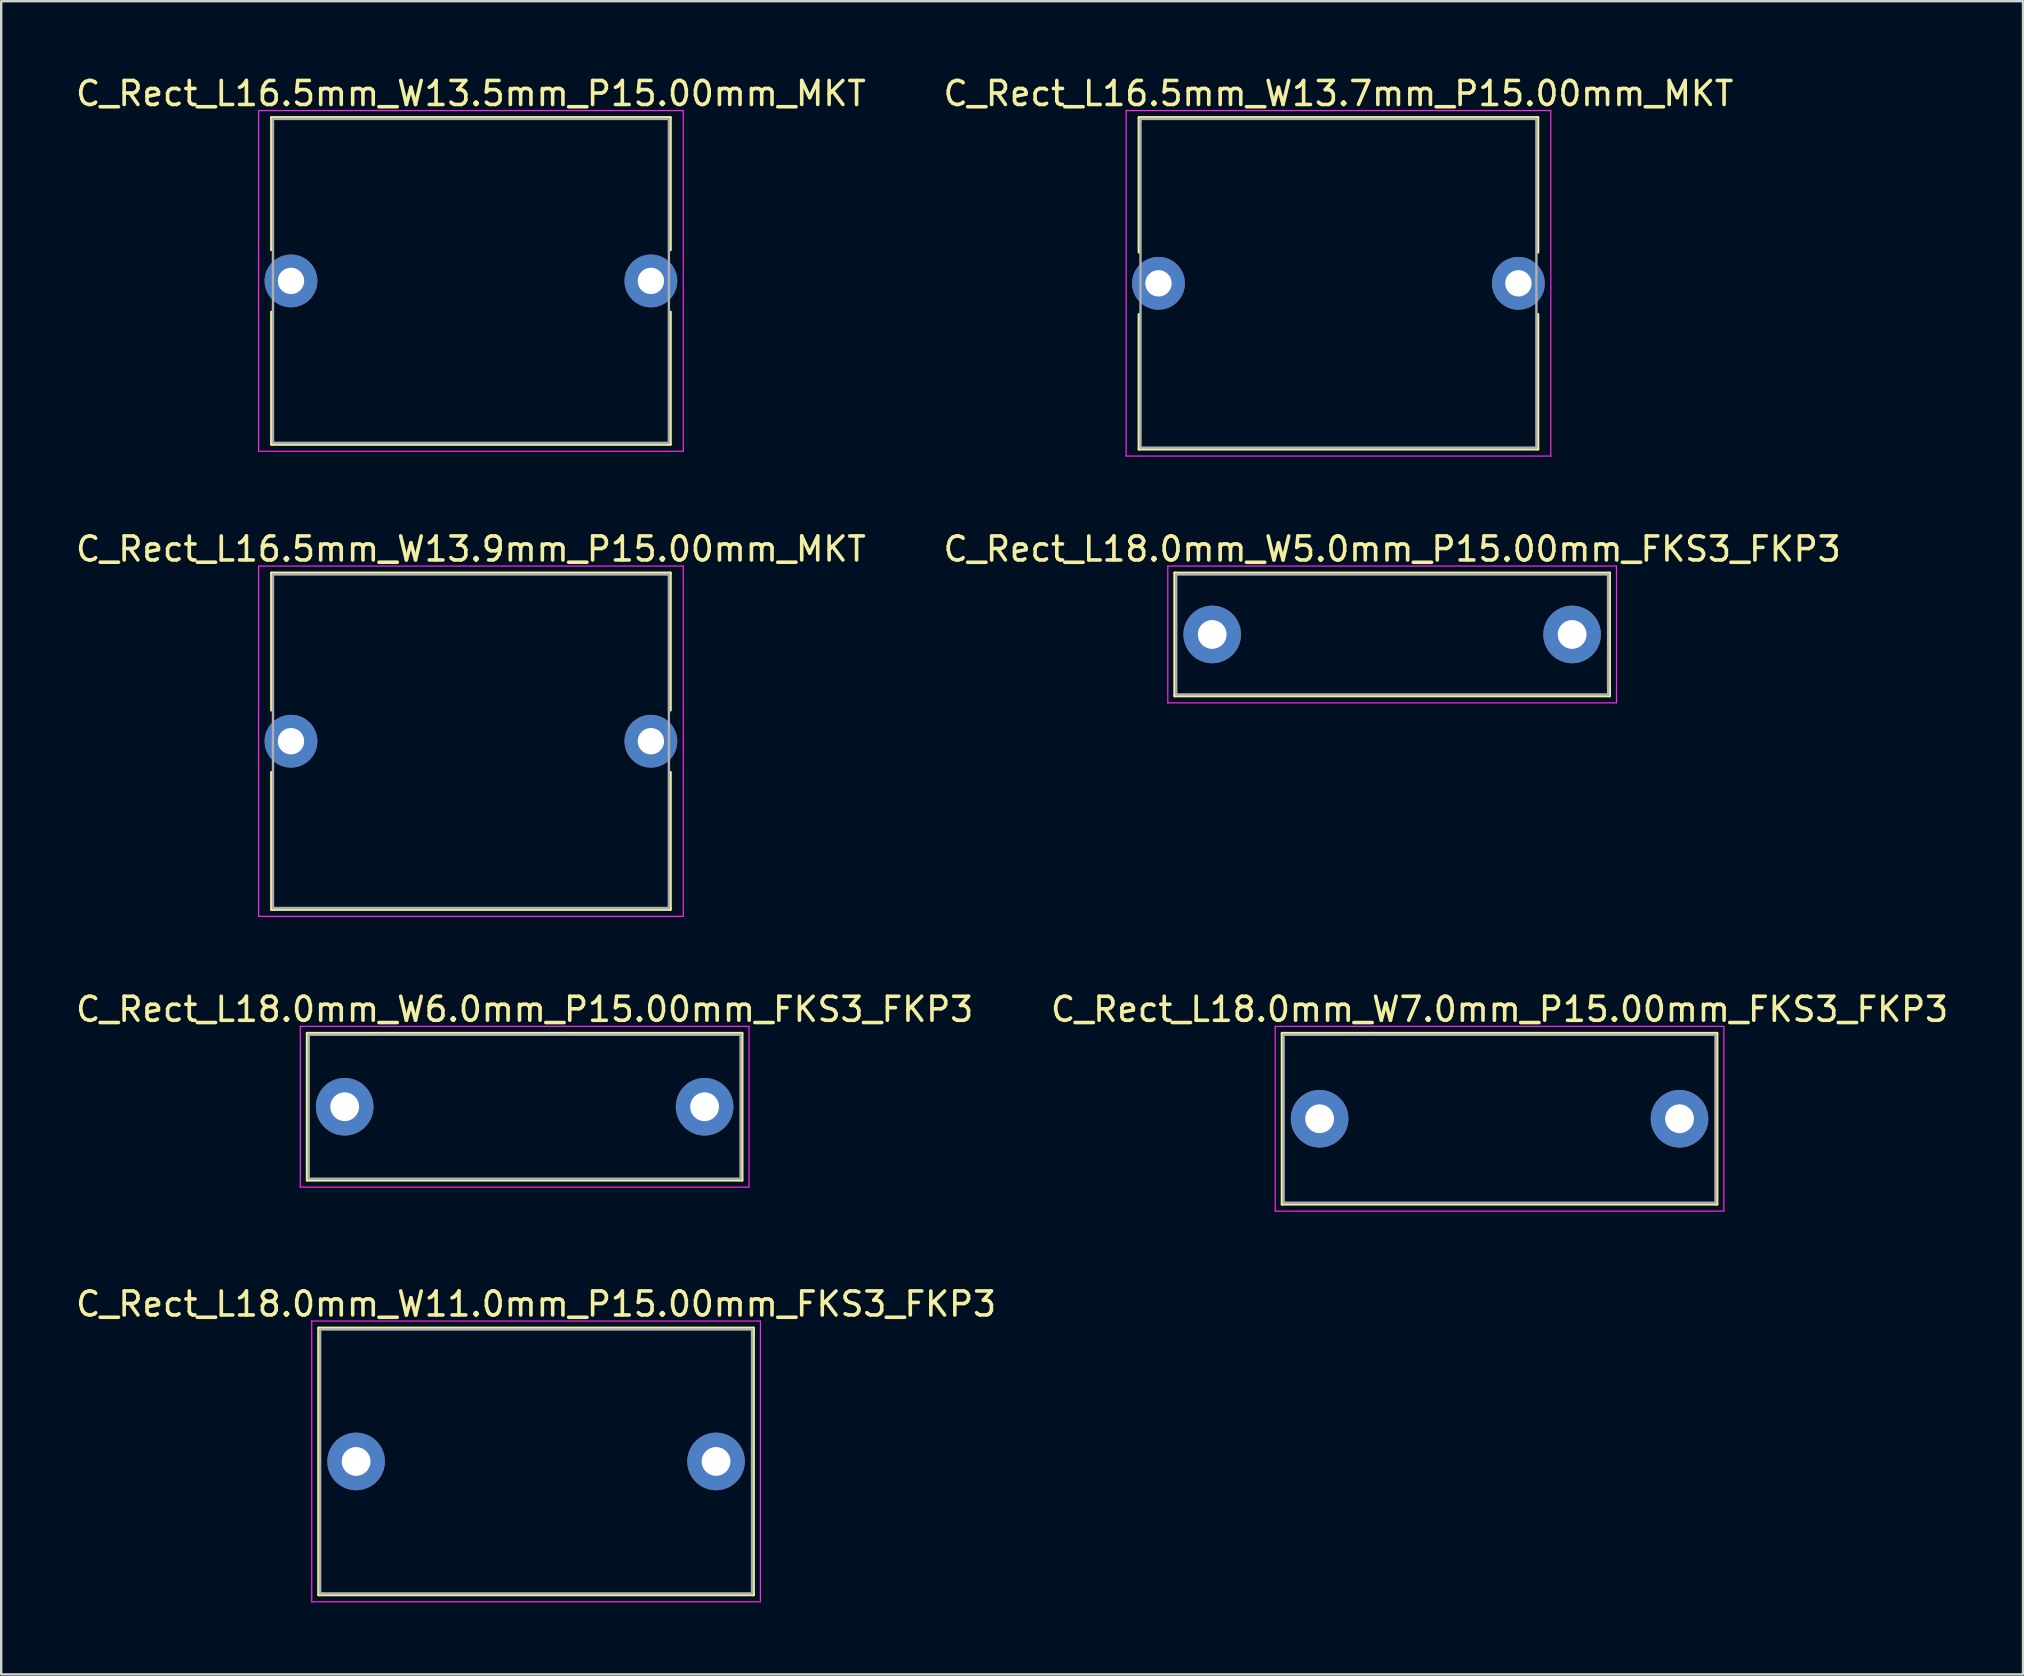
<source format=kicad_pcb>
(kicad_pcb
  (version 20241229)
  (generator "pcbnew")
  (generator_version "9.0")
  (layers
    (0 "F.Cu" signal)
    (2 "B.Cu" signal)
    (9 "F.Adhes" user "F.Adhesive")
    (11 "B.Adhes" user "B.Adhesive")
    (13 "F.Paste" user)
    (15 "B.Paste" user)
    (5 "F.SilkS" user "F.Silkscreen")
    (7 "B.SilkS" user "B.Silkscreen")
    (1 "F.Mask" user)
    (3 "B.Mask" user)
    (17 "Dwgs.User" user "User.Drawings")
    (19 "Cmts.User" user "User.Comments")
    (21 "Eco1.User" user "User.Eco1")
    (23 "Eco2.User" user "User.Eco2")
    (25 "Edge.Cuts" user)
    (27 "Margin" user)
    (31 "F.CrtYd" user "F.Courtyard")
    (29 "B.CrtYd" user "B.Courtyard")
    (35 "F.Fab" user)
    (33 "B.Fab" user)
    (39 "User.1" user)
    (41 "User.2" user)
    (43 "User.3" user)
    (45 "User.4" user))
  (footprint "C_Rect_L18.0mm_W11.0mm_P15.00mm_FKS3_FKP3"
    (layer "F.Cu")
    (at 11.792 57.858)
    (property "Reference" "C_Rect_L18.0mm_W11.0mm_P15.00mm_FKS3_FKP3" (at 7.5 -6.56 0) (layer "F.SilkS") (effects (font (size 1 1) (thickness 0.15))))
    (attr through_hole)
    (fp_line (start -1.56 -5.56) (end -1.56 5.56) (stroke (width 0.12) (type solid)) (layer "F.SilkS"))
    (fp_line (start -1.56 -5.56) (end 16.56 -5.56) (stroke (width 0.12) (type solid)) (layer "F.SilkS"))
    (fp_line (start -1.56 5.56) (end 16.56 5.56) (stroke (width 0.12) (type solid)) (layer "F.SilkS"))
    (fp_line (start 16.56 -5.56) (end 16.56 5.56) (stroke (width 0.12) (type solid)) (layer "F.SilkS"))
    (fp_line (start -1.85 -5.85) (end -1.85 5.85) (stroke (width 0.05) (type solid)) (layer "F.CrtYd"))
    (fp_line (start -1.85 5.85) (end 16.85 5.85) (stroke (width 0.05) (type solid)) (layer "F.CrtYd"))
    (fp_line (start 16.85 -5.85) (end -1.85 -5.85) (stroke (width 0.05) (type solid)) (layer "F.CrtYd"))
    (fp_line (start 16.85 5.85) (end 16.85 -5.85) (stroke (width 0.05) (type solid)) (layer "F.CrtYd"))
    (fp_line (start -1.5 -5.5) (end -1.5 5.5) (stroke (width 0.1) (type solid)) (layer "F.Fab"))
    (fp_line (start -1.5 5.5) (end 16.5 5.5) (stroke (width 0.1) (type solid)) (layer "F.Fab"))
    (fp_line (start 16.5 -5.5) (end -1.5 -5.5) (stroke (width 0.1) (type solid)) (layer "F.Fab"))
    (fp_line (start 16.5 5.5) (end 16.5 -5.5) (stroke (width 0.1) (type solid)) (layer "F.Fab"))
    (pad "1" thru_hole circle (at 0 0) (size 2.4 2.4) (drill 1.2) (layers "*.Cu" "*.Mask"))
    (pad "2" thru_hole circle (at 15 0) (size 2.4 2.4) (drill 1.2) (layers "*.Cu" "*.Mask")))
  (footprint "C_Rect_L16.5mm_W13.7mm_P15.00mm_MKT"
    (layer "F.Cu")
    (at 45.232 8.758)
    (property "Reference" "C_Rect_L16.5mm_W13.7mm_P15.00mm_MKT" (at 7.5 -7.91 0) (layer "F.SilkS") (effects (font (size 1 1) (thickness 0.15))))
    (attr through_hole)
    (fp_line (start -0.81 -6.91) (end -0.81 -1.296) (stroke (width 0.12) (type solid)) (layer "F.SilkS"))
    (fp_line (start -0.81 -6.91) (end 15.81 -6.91) (stroke (width 0.12) (type solid)) (layer "F.SilkS"))
    (fp_line (start -0.81 1.296) (end -0.81 6.91) (stroke (width 0.12) (type solid)) (layer "F.SilkS"))
    (fp_line (start -0.81 6.91) (end 15.81 6.91) (stroke (width 0.12) (type solid)) (layer "F.SilkS"))
    (fp_line (start 15.81 -6.91) (end 15.81 -1.296) (stroke (width 0.12) (type solid)) (layer "F.SilkS"))
    (fp_line (start 15.81 1.296) (end 15.81 6.91) (stroke (width 0.12) (type solid)) (layer "F.SilkS"))
    (fp_line (start -1.35 -7.2) (end -1.35 7.2) (stroke (width 0.05) (type solid)) (layer "F.CrtYd"))
    (fp_line (start -1.35 7.2) (end 16.35 7.2) (stroke (width 0.05) (type solid)) (layer "F.CrtYd"))
    (fp_line (start 16.35 -7.2) (end -1.35 -7.2) (stroke (width 0.05) (type solid)) (layer "F.CrtYd"))
    (fp_line (start 16.35 7.2) (end 16.35 -7.2) (stroke (width 0.05) (type solid)) (layer "F.CrtYd"))
    (fp_line (start -0.75 -6.85) (end -0.75 6.85) (stroke (width 0.1) (type solid)) (layer "F.Fab"))
    (fp_line (start -0.75 6.85) (end 15.75 6.85) (stroke (width 0.1) (type solid)) (layer "F.Fab"))
    (fp_line (start 15.75 -6.85) (end -0.75 -6.85) (stroke (width 0.1) (type solid)) (layer "F.Fab"))
    (fp_line (start 15.75 6.85) (end 15.75 -6.85) (stroke (width 0.1) (type solid)) (layer "F.Fab"))
    (pad "1" thru_hole circle (at 0 0) (size 2.2 2.2) (drill 1.1) (layers "*.Cu" "*.Mask"))
    (pad "2" thru_hole circle (at 15 0) (size 2.2 2.2) (drill 1.1) (layers "*.Cu" "*.Mask")))
  (footprint "C_Rect_L18.0mm_W5.0mm_P15.00mm_FKS3_FKP3"
    (layer "F.Cu")
    (at 47.47 23.392)
    (property "Reference" "C_Rect_L18.0mm_W5.0mm_P15.00mm_FKS3_FKP3" (at 7.5 -3.56 0) (layer "F.SilkS") (effects (font (size 1 1) (thickness 0.15))))
    (attr through_hole)
    (fp_line (start -1.56 -2.56) (end -1.56 2.56) (stroke (width 0.12) (type solid)) (layer "F.SilkS"))
    (fp_line (start -1.56 -2.56) (end 16.56 -2.56) (stroke (width 0.12) (type solid)) (layer "F.SilkS"))
    (fp_line (start -1.56 2.56) (end 16.56 2.56) (stroke (width 0.12) (type solid)) (layer "F.SilkS"))
    (fp_line (start 16.56 -2.56) (end 16.56 2.56) (stroke (width 0.12) (type solid)) (layer "F.SilkS"))
    (fp_line (start -1.85 -2.85) (end -1.85 2.85) (stroke (width 0.05) (type solid)) (layer "F.CrtYd"))
    (fp_line (start -1.85 2.85) (end 16.85 2.85) (stroke (width 0.05) (type solid)) (layer "F.CrtYd"))
    (fp_line (start 16.85 -2.85) (end -1.85 -2.85) (stroke (width 0.05) (type solid)) (layer "F.CrtYd"))
    (fp_line (start 16.85 2.85) (end 16.85 -2.85) (stroke (width 0.05) (type solid)) (layer "F.CrtYd"))
    (fp_line (start -1.5 -2.5) (end -1.5 2.5) (stroke (width 0.1) (type solid)) (layer "F.Fab"))
    (fp_line (start -1.5 2.5) (end 16.5 2.5) (stroke (width 0.1) (type solid)) (layer "F.Fab"))
    (fp_line (start 16.5 -2.5) (end -1.5 -2.5) (stroke (width 0.1) (type solid)) (layer "F.Fab"))
    (fp_line (start 16.5 2.5) (end 16.5 -2.5) (stroke (width 0.1) (type solid)) (layer "F.Fab"))
    (pad "1" thru_hole circle (at 0 0) (size 2.4 2.4) (drill 1.2) (layers "*.Cu" "*.Mask"))
    (pad "2" thru_hole circle (at 15 0) (size 2.4 2.4) (drill 1.2) (layers "*.Cu" "*.Mask")))
  (footprint "C_Rect_L18.0mm_W7.0mm_P15.00mm_FKS3_FKP3"
    (layer "F.Cu")
    (at 51.946 43.575)
    (property "Reference" "C_Rect_L18.0mm_W7.0mm_P15.00mm_FKS3_FKP3" (at 7.5 -4.56 0) (layer "F.SilkS") (effects (font (size 1 1) (thickness 0.15))))
    (attr through_hole)
    (fp_line (start -1.56 -3.56) (end -1.56 3.56) (stroke (width 0.12) (type solid)) (layer "F.SilkS"))
    (fp_line (start -1.56 -3.56) (end 16.56 -3.56) (stroke (width 0.12) (type solid)) (layer "F.SilkS"))
    (fp_line (start -1.56 3.56) (end 16.56 3.56) (stroke (width 0.12) (type solid)) (layer "F.SilkS"))
    (fp_line (start 16.56 -3.56) (end 16.56 3.56) (stroke (width 0.12) (type solid)) (layer "F.SilkS"))
    (fp_line (start -1.85 -3.85) (end -1.85 3.85) (stroke (width 0.05) (type solid)) (layer "F.CrtYd"))
    (fp_line (start -1.85 3.85) (end 16.85 3.85) (stroke (width 0.05) (type solid)) (layer "F.CrtYd"))
    (fp_line (start 16.85 -3.85) (end -1.85 -3.85) (stroke (width 0.05) (type solid)) (layer "F.CrtYd"))
    (fp_line (start 16.85 3.85) (end 16.85 -3.85) (stroke (width 0.05) (type solid)) (layer "F.CrtYd"))
    (fp_line (start -1.5 -3.5) (end -1.5 3.5) (stroke (width 0.1) (type solid)) (layer "F.Fab"))
    (fp_line (start -1.5 3.5) (end 16.5 3.5) (stroke (width 0.1) (type solid)) (layer "F.Fab"))
    (fp_line (start 16.5 -3.5) (end -1.5 -3.5) (stroke (width 0.1) (type solid)) (layer "F.Fab"))
    (fp_line (start 16.5 3.5) (end 16.5 -3.5) (stroke (width 0.1) (type solid)) (layer "F.Fab"))
    (pad "1" thru_hole circle (at 0 0) (size 2.4 2.4) (drill 1.2) (layers "*.Cu" "*.Mask"))
    (pad "2" thru_hole circle (at 15 0) (size 2.4 2.4) (drill 1.2) (layers "*.Cu" "*.Mask")))
  (footprint "C_Rect_L16.5mm_W13.9mm_P15.00mm_MKT"
    (layer "F.Cu")
    (at 9.077 27.841)
    (property "Reference" "C_Rect_L16.5mm_W13.9mm_P15.00mm_MKT" (at 7.5 -8.01 0) (layer "F.SilkS") (effects (font (size 1 1) (thickness 0.15))))
    (attr through_hole)
    (fp_line (start -0.81 -7.01) (end -0.81 -1.296) (stroke (width 0.12) (type solid)) (layer "F.SilkS"))
    (fp_line (start -0.81 -7.01) (end 15.81 -7.01) (stroke (width 0.12) (type solid)) (layer "F.SilkS"))
    (fp_line (start -0.81 1.296) (end -0.81 7.01) (stroke (width 0.12) (type solid)) (layer "F.SilkS"))
    (fp_line (start -0.81 7.01) (end 15.81 7.01) (stroke (width 0.12) (type solid)) (layer "F.SilkS"))
    (fp_line (start 15.81 -7.01) (end 15.81 -1.296) (stroke (width 0.12) (type solid)) (layer "F.SilkS"))
    (fp_line (start 15.81 1.296) (end 15.81 7.01) (stroke (width 0.12) (type solid)) (layer "F.SilkS"))
    (fp_line (start -1.35 -7.3) (end -1.35 7.3) (stroke (width 0.05) (type solid)) (layer "F.CrtYd"))
    (fp_line (start -1.35 7.3) (end 16.35 7.3) (stroke (width 0.05) (type solid)) (layer "F.CrtYd"))
    (fp_line (start 16.35 -7.3) (end -1.35 -7.3) (stroke (width 0.05) (type solid)) (layer "F.CrtYd"))
    (fp_line (start 16.35 7.3) (end 16.35 -7.3) (stroke (width 0.05) (type solid)) (layer "F.CrtYd"))
    (fp_line (start -0.75 -6.95) (end -0.75 6.95) (stroke (width 0.1) (type solid)) (layer "F.Fab"))
    (fp_line (start -0.75 6.95) (end 15.75 6.95) (stroke (width 0.1) (type solid)) (layer "F.Fab"))
    (fp_line (start 15.75 -6.95) (end -0.75 -6.95) (stroke (width 0.1) (type solid)) (layer "F.Fab"))
    (fp_line (start 15.75 6.95) (end 15.75 -6.95) (stroke (width 0.1) (type solid)) (layer "F.Fab"))
    (pad "1" thru_hole circle (at 0 0) (size 2.2 2.2) (drill 1.1) (layers "*.Cu" "*.Mask"))
    (pad "2" thru_hole circle (at 15 0) (size 2.2 2.2) (drill 1.1) (layers "*.Cu" "*.Mask")))
  (footprint "C_Rect_L18.0mm_W6.0mm_P15.00mm_FKS3_FKP3"
    (layer "F.Cu")
    (at 11.315 43.075)
    (property "Reference" "C_Rect_L18.0mm_W6.0mm_P15.00mm_FKS3_FKP3" (at 7.5 -4.06 0) (layer "F.SilkS") (effects (font (size 1 1) (thickness 0.15))))
    (attr through_hole)
    (fp_line (start -1.56 -3.06) (end -1.56 3.06) (stroke (width 0.12) (type solid)) (layer "F.SilkS"))
    (fp_line (start -1.56 -3.06) (end 16.56 -3.06) (stroke (width 0.12) (type solid)) (layer "F.SilkS"))
    (fp_line (start -1.56 3.06) (end 16.56 3.06) (stroke (width 0.12) (type solid)) (layer "F.SilkS"))
    (fp_line (start 16.56 -3.06) (end 16.56 3.06) (stroke (width 0.12) (type solid)) (layer "F.SilkS"))
    (fp_line (start -1.85 -3.35) (end -1.85 3.35) (stroke (width 0.05) (type solid)) (layer "F.CrtYd"))
    (fp_line (start -1.85 3.35) (end 16.85 3.35) (stroke (width 0.05) (type solid)) (layer "F.CrtYd"))
    (fp_line (start 16.85 -3.35) (end -1.85 -3.35) (stroke (width 0.05) (type solid)) (layer "F.CrtYd"))
    (fp_line (start 16.85 3.35) (end 16.85 -3.35) (stroke (width 0.05) (type solid)) (layer "F.CrtYd"))
    (fp_line (start -1.5 -3) (end -1.5 3) (stroke (width 0.1) (type solid)) (layer "F.Fab"))
    (fp_line (start -1.5 3) (end 16.5 3) (stroke (width 0.1) (type solid)) (layer "F.Fab"))
    (fp_line (start 16.5 -3) (end -1.5 -3) (stroke (width 0.1) (type solid)) (layer "F.Fab"))
    (fp_line (start 16.5 3) (end 16.5 -3) (stroke (width 0.1) (type solid)) (layer "F.Fab"))
    (pad "1" thru_hole circle (at 0 0) (size 2.4 2.4) (drill 1.2) (layers "*.Cu" "*.Mask"))
    (pad "2" thru_hole circle (at 15 0) (size 2.4 2.4) (drill 1.2) (layers "*.Cu" "*.Mask")))
  (footprint "C_Rect_L16.5mm_W13.5mm_P15.00mm_MKT"
    (layer "F.Cu")
    (at 9.077 8.658)
    (property "Reference" "C_Rect_L16.5mm_W13.5mm_P15.00mm_MKT" (at 7.5 -7.81 0) (layer "F.SilkS") (effects (font (size 1 1) (thickness 0.15))))
    (attr through_hole)
    (fp_line (start -0.81 -6.81) (end -0.81 -1.296) (stroke (width 0.12) (type solid)) (layer "F.SilkS"))
    (fp_line (start -0.81 -6.81) (end 15.81 -6.81) (stroke (width 0.12) (type solid)) (layer "F.SilkS"))
    (fp_line (start -0.81 1.296) (end -0.81 6.81) (stroke (width 0.12) (type solid)) (layer "F.SilkS"))
    (fp_line (start -0.81 6.81) (end 15.81 6.81) (stroke (width 0.12) (type solid)) (layer "F.SilkS"))
    (fp_line (start 15.81 -6.81) (end 15.81 -1.296) (stroke (width 0.12) (type solid)) (layer "F.SilkS"))
    (fp_line (start 15.81 1.296) (end 15.81 6.81) (stroke (width 0.12) (type solid)) (layer "F.SilkS"))
    (fp_line (start -1.35 -7.1) (end -1.35 7.1) (stroke (width 0.05) (type solid)) (layer "F.CrtYd"))
    (fp_line (start -1.35 7.1) (end 16.35 7.1) (stroke (width 0.05) (type solid)) (layer "F.CrtYd"))
    (fp_line (start 16.35 -7.1) (end -1.35 -7.1) (stroke (width 0.05) (type solid)) (layer "F.CrtYd"))
    (fp_line (start 16.35 7.1) (end 16.35 -7.1) (stroke (width 0.05) (type solid)) (layer "F.CrtYd"))
    (fp_line (start -0.75 -6.75) (end -0.75 6.75) (stroke (width 0.1) (type solid)) (layer "F.Fab"))
    (fp_line (start -0.75 6.75) (end 15.75 6.75) (stroke (width 0.1) (type solid)) (layer "F.Fab"))
    (fp_line (start 15.75 -6.75) (end -0.75 -6.75) (stroke (width 0.1) (type solid)) (layer "F.Fab"))
    (fp_line (start 15.75 6.75) (end 15.75 -6.75) (stroke (width 0.1) (type solid)) (layer "F.Fab"))
    (pad "1" thru_hole circle (at 0 0) (size 2.2 2.2) (drill 1.1) (layers "*.Cu" "*.Mask"))
    (pad "2" thru_hole circle (at 15 0) (size 2.2 2.2) (drill 1.1) (layers "*.Cu" "*.Mask")))
  (gr_rect
    (start -3 -3)
    (end 81.262 66.733)
    (stroke (width 0.1) (type default))
    (fill no)
    (layer "Edge.Cuts")))
</source>
